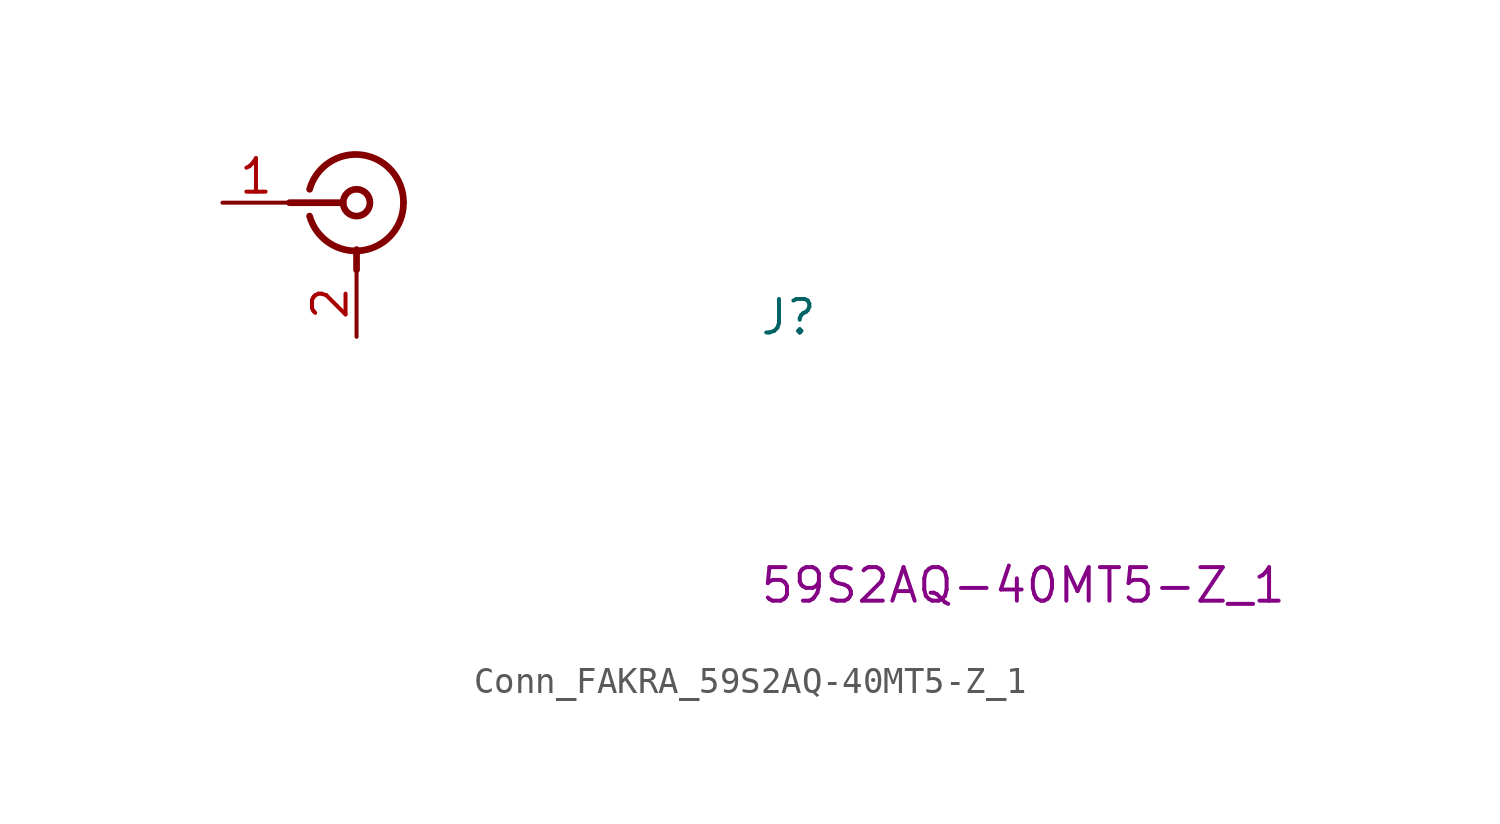
<source format=kicad_sym>
(kicad_symbol_lib
  (version 20220914)
  (generator kicad_symbol_editor)
  (symbol "Conn_FAKRA_59S2AQ-40MT5-Z_1"
    (pin_names hide)
    (property "Reference" "J"
      (at 20.32 -5.08 0)
      (effects (font (size 1.27 1.27) (thickness 0.15)) (justify left bottom)))
    (property "MPN" "59S2AQ-40MT5-Z_1"
      (at 20.32 -15.24 0)
      (effects (font (size 1.27 1.27) (thickness 0.15)) (justify left bottom)))
    (symbol "Conn_FAKRA_59S2AQ-40MT5-Z_1_1_1"
      (polyline (pts (xy 2.54 0) (xy 4.572 0)) (stroke (width 0.254) (type default)) (fill (type none)))
      (polyline (pts (xy 5.08 -2.54) (xy 5.08 -1.778)) (stroke (width 0.254) (type default)) (fill (type none)))
      (arc (start 3.302 -0.508) (mid 5.302 -1.808) (end 6.858 0) (stroke (width 0.254) (type default)) (fill (type none)))
      (circle (center 5.08 0) (radius 0.508) (stroke (width 0.254) (type default)) (fill (type none)))
      (arc (start 6.858 0) (mid 5.302 1.8083) (end 3.302 0.508) (stroke (width 0.254) (type default)) (fill (type none)))
      (pin passive line (at 0 0 0) (length 2.54) (name "1" (effects (font (size 1.27 1.27)))) (number "1" (effects (font (size 1.27 1.27)))))
      (pin passive line (at 5.08 -5.08 90) (length 2.54) (name "2" (effects (font (size 1.27 1.27)))) (number "2" (effects (font (size 1.27 1.27)))))
      (pin passive line (at 5.08 -5.08 90) (length 2.54) hide (name "3" (effects (font (size 1.27 1.27)))) (number "3" (effects (font (size 1.27 1.27)))))
      (pin passive line (at 5.08 -5.08 90) (length 2.54) hide (name "4" (effects (font (size 1.27 1.27)))) (number "4" (effects (font (size 1.27 1.27)))))
      (pin passive line (at 5.08 -5.08 90) (length 2.54) hide (name "5" (effects (font (size 1.27 1.27)))) (number "5" (effects (font (size 1.27 1.27))))))))
</source>
